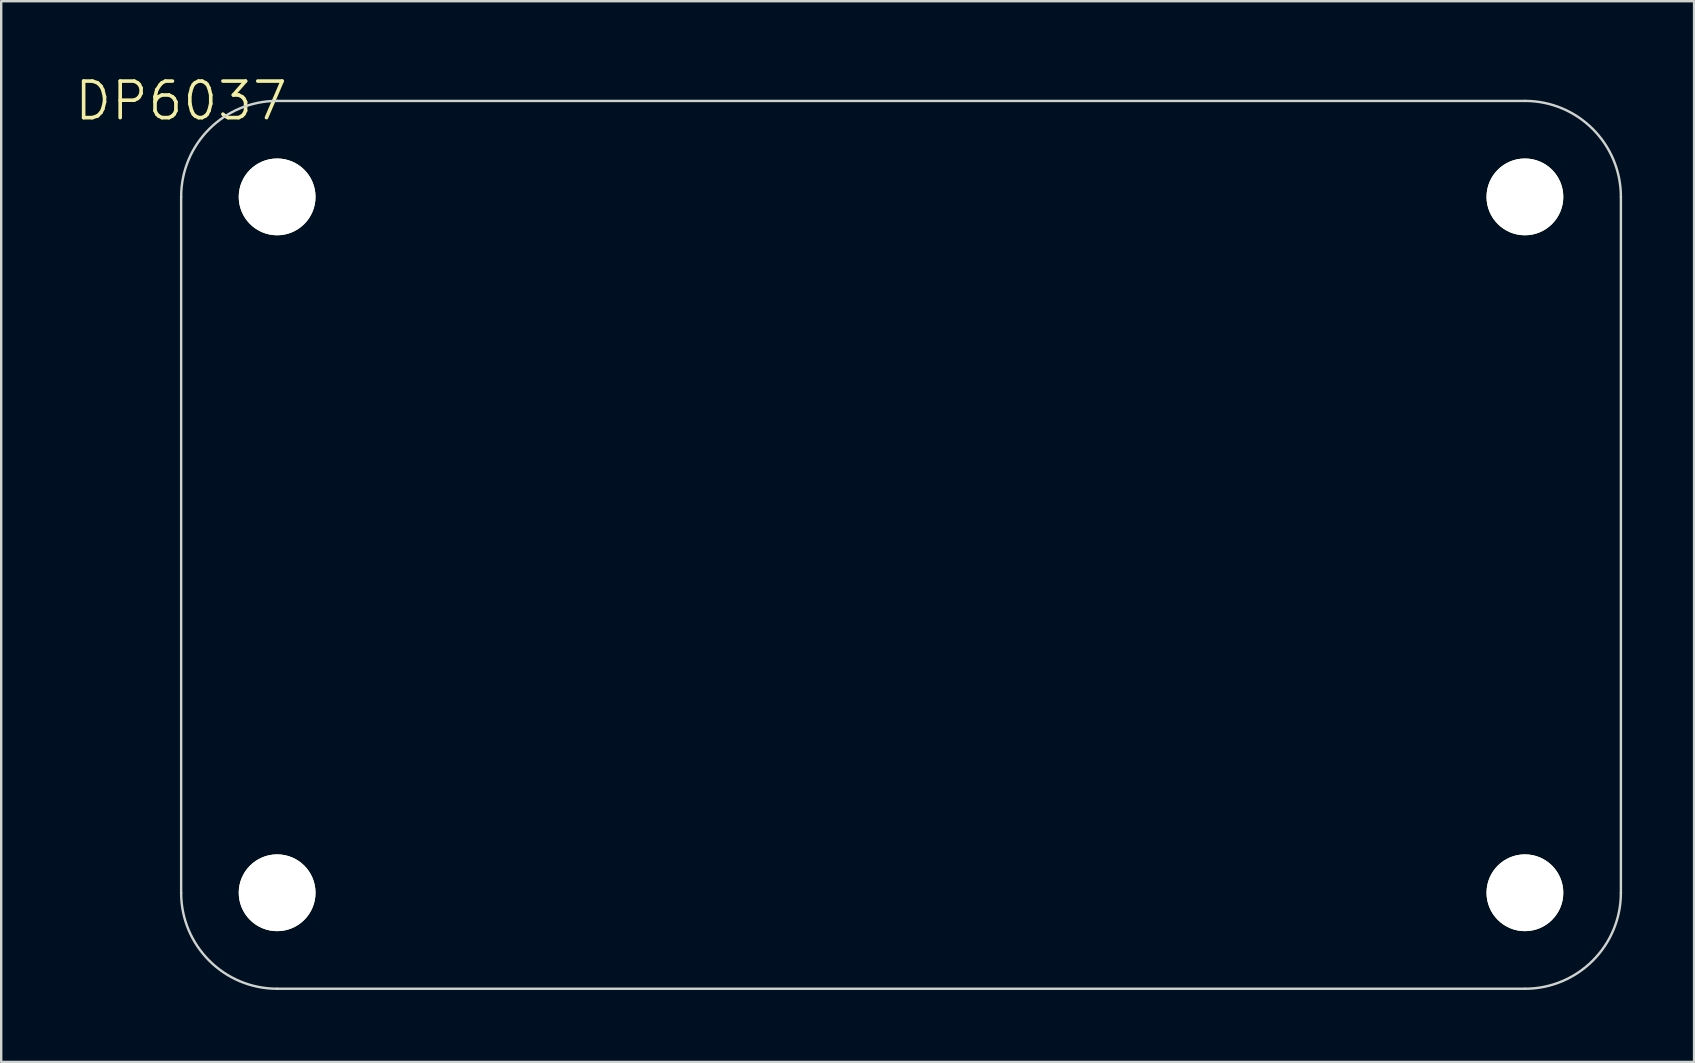
<source format=kicad_pcb>
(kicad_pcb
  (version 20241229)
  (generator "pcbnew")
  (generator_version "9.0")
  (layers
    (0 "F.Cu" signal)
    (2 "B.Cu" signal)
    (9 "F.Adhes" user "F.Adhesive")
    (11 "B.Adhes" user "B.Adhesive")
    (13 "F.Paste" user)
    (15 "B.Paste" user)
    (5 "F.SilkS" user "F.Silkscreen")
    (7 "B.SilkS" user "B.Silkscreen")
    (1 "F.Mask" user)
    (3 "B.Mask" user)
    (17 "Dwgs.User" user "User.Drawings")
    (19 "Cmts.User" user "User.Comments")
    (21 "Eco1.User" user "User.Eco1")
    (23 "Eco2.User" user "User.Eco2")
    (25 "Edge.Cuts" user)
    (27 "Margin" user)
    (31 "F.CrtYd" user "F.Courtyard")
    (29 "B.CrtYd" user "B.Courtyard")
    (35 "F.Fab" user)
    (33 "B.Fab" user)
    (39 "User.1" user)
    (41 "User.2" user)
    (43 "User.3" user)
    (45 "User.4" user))
  (footprint "DP6037"
    (layer "F.Cu")
    (at 4.499 1.155)
    (property "Reference" "DP6037" (at 0 0 0) (layer "F.SilkS") (effects (font (size 1.524 1.524) (thickness 0.15))))
    (attr through_hole)
    (fp_line (start 0 4) (end 0 33) (stroke (width 0.1) (type solid)) (layer "Edge.Cuts"))
    (fp_line (start 4 37) (end 56 37) (stroke (width 0.1) (type solid)) (layer "Edge.Cuts"))
    (fp_line (start 56 0) (end 4 0) (stroke (width 0.1) (type solid)) (layer "Edge.Cuts"))
    (fp_line (start 60 33) (end 60 4) (stroke (width 0.1) (type solid)) (layer "Edge.Cuts"))
    (fp_arc (start 0 4) (mid 1.171573 1.171573) (end 4 0) (stroke (width 0.1) (type solid)) (layer "Edge.Cuts"))
    (fp_arc (start 4 37) (mid 1.171573 35.828427) (end 0 33) (stroke (width 0.1) (type solid)) (layer "Edge.Cuts"))
    (fp_arc (start 56 0) (mid 58.828427 1.171573) (end 60 4) (stroke (width 0.1) (type solid)) (layer "Edge.Cuts"))
    (fp_arc (start 60 33) (mid 58.828427 35.828427) (end 56 37) (stroke (width 0.1) (type solid)) (layer "Edge.Cuts"))
    (pad "" np_thru_hole circle (at 4 4) (size 3.2 3.2) (drill 3.2) (layers "*.Cu" "*.Mask" "F.SilkS"))
    (pad "" np_thru_hole circle (at 4 33) (size 3.2 3.2) (drill 3.2) (layers "*.Cu" "*.Mask" "F.SilkS"))
    (pad "" np_thru_hole circle (at 56 4) (size 3.2 3.2) (drill 3.2) (layers "*.Cu" "*.Mask" "F.SilkS"))
    (pad "" np_thru_hole circle (at 56 33) (size 3.2 3.2) (drill 3.2) (layers "*.Cu" "*.Mask" "F.SilkS")))
  (gr_rect
    (start -3 -3)
    (end 67.549 41.205)
    (stroke (width 0.1) (type default))
    (fill no)
    (layer "Edge.Cuts")))
</source>
